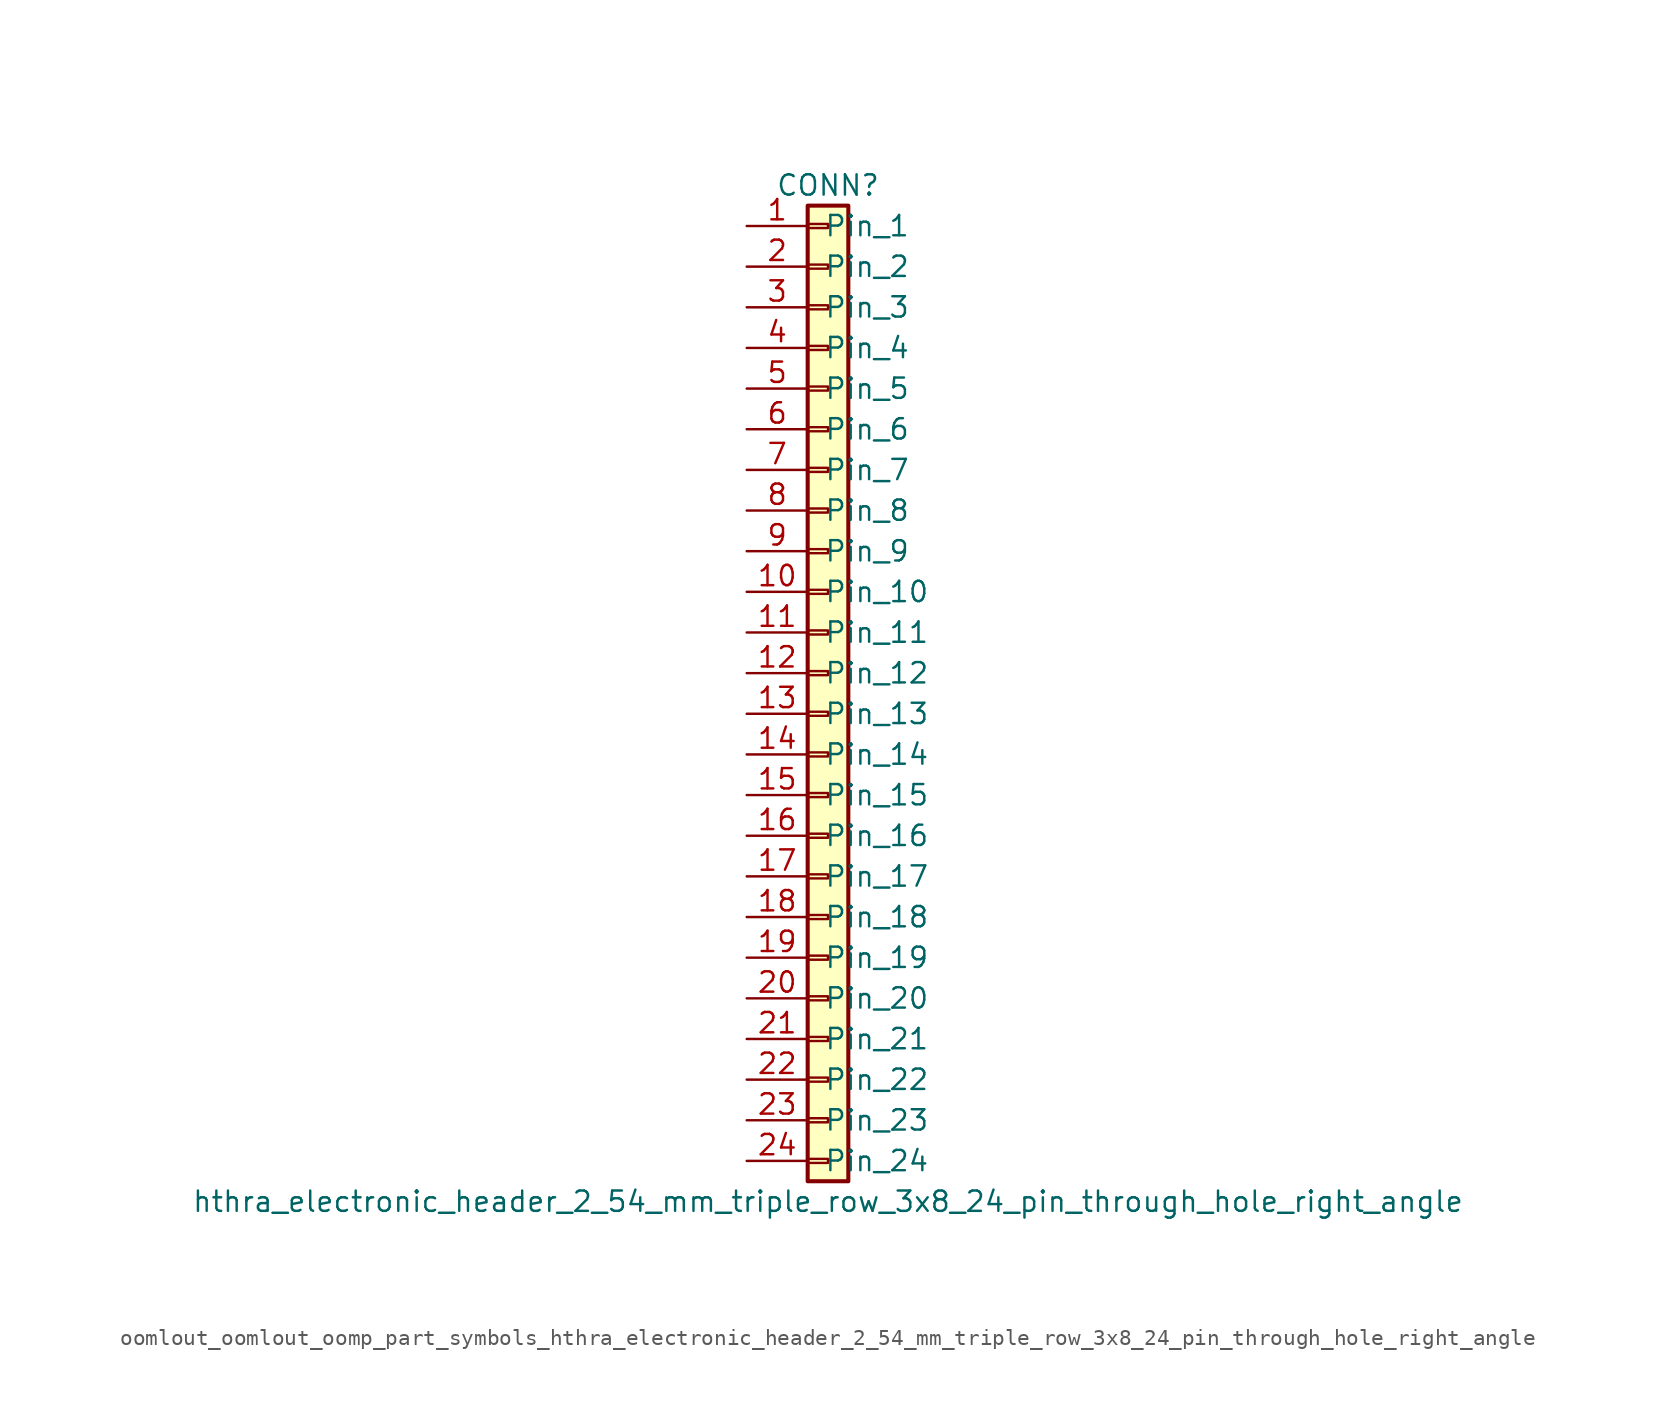
<source format=kicad_sym>
(kicad_symbol_lib
  (version 20220914)
  (generator kicad_symbol_editor)
  (symbol "oomlout_oomlout_oomp_part_symbols_hthra_electronic_header_2_54_mm_triple_row_3x8_24_pin_through_hole_right_angle"
    (pin_names
      (offset 1.016))
    (property "Reference" "CONN"
      (at 0 30.48 0)
      (effects (font (size 1.27 1.27))))
    (property "Value" "hthra_electronic_header_2_54_mm_triple_row_3x8_24_pin_through_hole_right_angle"
      (at 0 -33.02 0)
      (effects (font (size 1.27 1.27))))
    (symbol "oomlout_oomlout_oomp_part_symbols_hthra_electronic_header_2_54_mm_triple_row_3x8_24_pin_through_hole_right_angle_1_1"
      (rectangle (start -1.27 -30.353) (end 0 -30.607) (stroke (width 0.152) (type default)) (fill (type none)))
      (rectangle (start -1.27 -27.813) (end 0 -28.067) (stroke (width 0.152) (type default)) (fill (type none)))
      (rectangle (start -1.27 -25.273) (end 0 -25.527) (stroke (width 0.152) (type default)) (fill (type none)))
      (rectangle (start -1.27 -22.733) (end 0 -22.987) (stroke (width 0.152) (type default)) (fill (type none)))
      (rectangle (start -1.27 -20.193) (end 0 -20.447) (stroke (width 0.152) (type default)) (fill (type none)))
      (rectangle (start -1.27 -17.653) (end 0 -17.907) (stroke (width 0.152) (type default)) (fill (type none)))
      (rectangle (start -1.27 -15.113) (end 0 -15.367) (stroke (width 0.152) (type default)) (fill (type none)))
      (rectangle (start -1.27 -12.573) (end 0 -12.827) (stroke (width 0.152) (type default)) (fill (type none)))
      (rectangle (start -1.27 -10.033) (end 0 -10.287) (stroke (width 0.152) (type default)) (fill (type none)))
      (rectangle (start -1.27 -7.493) (end 0 -7.747) (stroke (width 0.152) (type default)) (fill (type none)))
      (rectangle (start -1.27 -4.953) (end 0 -5.207) (stroke (width 0.152) (type default)) (fill (type none)))
      (rectangle (start -1.27 -2.413) (end 0 -2.667) (stroke (width 0.152) (type default)) (fill (type none)))
      (rectangle (start -1.27 0.127) (end 0 -0.127) (stroke (width 0.152) (type default)) (fill (type none)))
      (rectangle (start -1.27 2.667) (end 0 2.413) (stroke (width 0.152) (type default)) (fill (type none)))
      (rectangle (start -1.27 5.207) (end 0 4.953) (stroke (width 0.152) (type default)) (fill (type none)))
      (rectangle (start -1.27 7.747) (end 0 7.493) (stroke (width 0.152) (type default)) (fill (type none)))
      (rectangle (start -1.27 10.287) (end 0 10.033) (stroke (width 0.152) (type default)) (fill (type none)))
      (rectangle (start -1.27 12.827) (end 0 12.573) (stroke (width 0.152) (type default)) (fill (type none)))
      (rectangle (start -1.27 15.367) (end 0 15.113) (stroke (width 0.152) (type default)) (fill (type none)))
      (rectangle (start -1.27 17.907) (end 0 17.653) (stroke (width 0.152) (type default)) (fill (type none)))
      (rectangle (start -1.27 20.447) (end 0 20.193) (stroke (width 0.152) (type default)) (fill (type none)))
      (rectangle (start -1.27 22.987) (end 0 22.733) (stroke (width 0.152) (type default)) (fill (type none)))
      (rectangle (start -1.27 25.527) (end 0 25.273) (stroke (width 0.152) (type default)) (fill (type none)))
      (rectangle (start -1.27 28.067) (end 0 27.813) (stroke (width 0.152) (type default)) (fill (type none)))
      (rectangle (start -1.27 29.21) (end 1.27 -31.75) (stroke (width 0.254) (type default)) (fill (type background)))
      (pin passive line (at -5.08 27.94 0) (length 3.81) (name "Pin_1" (effects (font (size 1.27 1.27)))) (number "1" (effects (font (size 1.27 1.27)))))
      (pin passive line (at -5.08 5.08 0) (length 3.81) (name "Pin_10" (effects (font (size 1.27 1.27)))) (number "10" (effects (font (size 1.27 1.27)))))
      (pin passive line (at -5.08 2.54 0) (length 3.81) (name "Pin_11" (effects (font (size 1.27 1.27)))) (number "11" (effects (font (size 1.27 1.27)))))
      (pin passive line (at -5.08 0 0) (length 3.81) (name "Pin_12" (effects (font (size 1.27 1.27)))) (number "12" (effects (font (size 1.27 1.27)))))
      (pin passive line (at -5.08 -2.54 0) (length 3.81) (name "Pin_13" (effects (font (size 1.27 1.27)))) (number "13" (effects (font (size 1.27 1.27)))))
      (pin passive line (at -5.08 -5.08 0) (length 3.81) (name "Pin_14" (effects (font (size 1.27 1.27)))) (number "14" (effects (font (size 1.27 1.27)))))
      (pin passive line (at -5.08 -7.62 0) (length 3.81) (name "Pin_15" (effects (font (size 1.27 1.27)))) (number "15" (effects (font (size 1.27 1.27)))))
      (pin passive line (at -5.08 -10.16 0) (length 3.81) (name "Pin_16" (effects (font (size 1.27 1.27)))) (number "16" (effects (font (size 1.27 1.27)))))
      (pin passive line (at -5.08 -12.7 0) (length 3.81) (name "Pin_17" (effects (font (size 1.27 1.27)))) (number "17" (effects (font (size 1.27 1.27)))))
      (pin passive line (at -5.08 -15.24 0) (length 3.81) (name "Pin_18" (effects (font (size 1.27 1.27)))) (number "18" (effects (font (size 1.27 1.27)))))
      (pin passive line (at -5.08 -17.78 0) (length 3.81) (name "Pin_19" (effects (font (size 1.27 1.27)))) (number "19" (effects (font (size 1.27 1.27)))))
      (pin passive line (at -5.08 25.4 0) (length 3.81) (name "Pin_2" (effects (font (size 1.27 1.27)))) (number "2" (effects (font (size 1.27 1.27)))))
      (pin passive line (at -5.08 -20.32 0) (length 3.81) (name "Pin_20" (effects (font (size 1.27 1.27)))) (number "20" (effects (font (size 1.27 1.27)))))
      (pin passive line (at -5.08 -22.86 0) (length 3.81) (name "Pin_21" (effects (font (size 1.27 1.27)))) (number "21" (effects (font (size 1.27 1.27)))))
      (pin passive line (at -5.08 -25.4 0) (length 3.81) (name "Pin_22" (effects (font (size 1.27 1.27)))) (number "22" (effects (font (size 1.27 1.27)))))
      (pin passive line (at -5.08 -27.94 0) (length 3.81) (name "Pin_23" (effects (font (size 1.27 1.27)))) (number "23" (effects (font (size 1.27 1.27)))))
      (pin passive line (at -5.08 -30.48 0) (length 3.81) (name "Pin_24" (effects (font (size 1.27 1.27)))) (number "24" (effects (font (size 1.27 1.27)))))
      (pin passive line (at -5.08 22.86 0) (length 3.81) (name "Pin_3" (effects (font (size 1.27 1.27)))) (number "3" (effects (font (size 1.27 1.27)))))
      (pin passive line (at -5.08 20.32 0) (length 3.81) (name "Pin_4" (effects (font (size 1.27 1.27)))) (number "4" (effects (font (size 1.27 1.27)))))
      (pin passive line (at -5.08 17.78 0) (length 3.81) (name "Pin_5" (effects (font (size 1.27 1.27)))) (number "5" (effects (font (size 1.27 1.27)))))
      (pin passive line (at -5.08 15.24 0) (length 3.81) (name "Pin_6" (effects (font (size 1.27 1.27)))) (number "6" (effects (font (size 1.27 1.27)))))
      (pin passive line (at -5.08 12.7 0) (length 3.81) (name "Pin_7" (effects (font (size 1.27 1.27)))) (number "7" (effects (font (size 1.27 1.27)))))
      (pin passive line (at -5.08 10.16 0) (length 3.81) (name "Pin_8" (effects (font (size 1.27 1.27)))) (number "8" (effects (font (size 1.27 1.27)))))
      (pin passive line (at -5.08 7.62 0) (length 3.81) (name "Pin_9" (effects (font (size 1.27 1.27)))) (number "9" (effects (font (size 1.27 1.27))))))))
</source>
